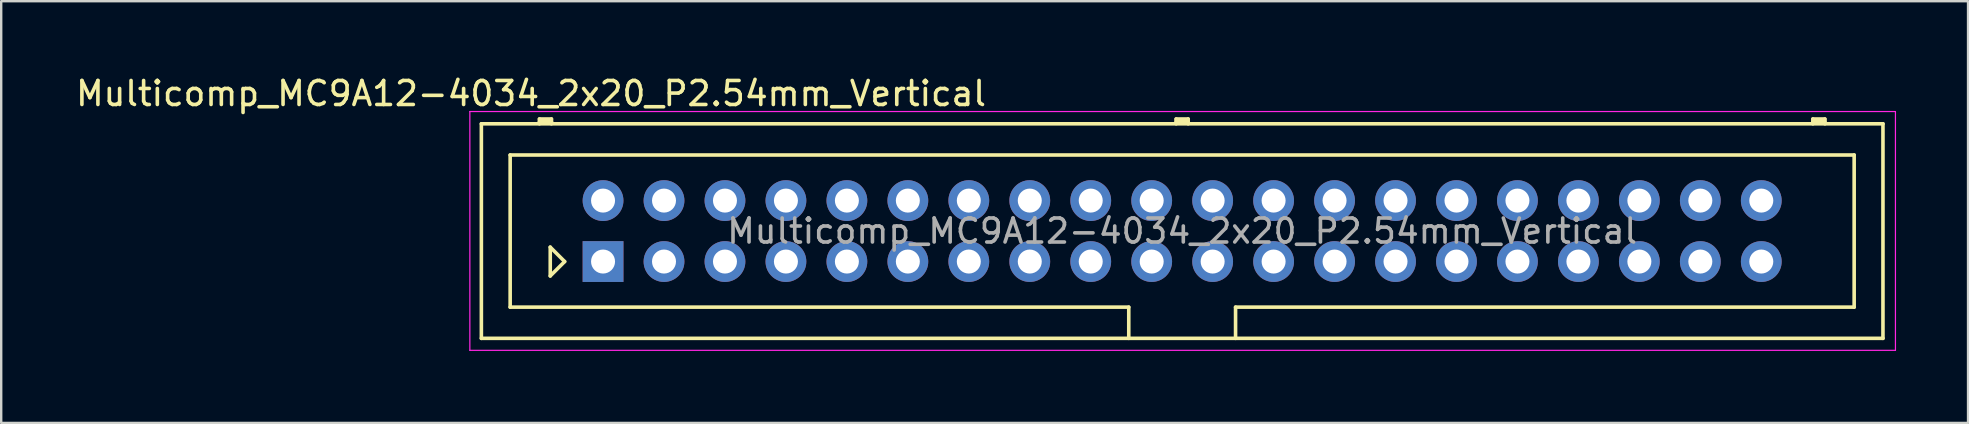
<source format=kicad_pcb>
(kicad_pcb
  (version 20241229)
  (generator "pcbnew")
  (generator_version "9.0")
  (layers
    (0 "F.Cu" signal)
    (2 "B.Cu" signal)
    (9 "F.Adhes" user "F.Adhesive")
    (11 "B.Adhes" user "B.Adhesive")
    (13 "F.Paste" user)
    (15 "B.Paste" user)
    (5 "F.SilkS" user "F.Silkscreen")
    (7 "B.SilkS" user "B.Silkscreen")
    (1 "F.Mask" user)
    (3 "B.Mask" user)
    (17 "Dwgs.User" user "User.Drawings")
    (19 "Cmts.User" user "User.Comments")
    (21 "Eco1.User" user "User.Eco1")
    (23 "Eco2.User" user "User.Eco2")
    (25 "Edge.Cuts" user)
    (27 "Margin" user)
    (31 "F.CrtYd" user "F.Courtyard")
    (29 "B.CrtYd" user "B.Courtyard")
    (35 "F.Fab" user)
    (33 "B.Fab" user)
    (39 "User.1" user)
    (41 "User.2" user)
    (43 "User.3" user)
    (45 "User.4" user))
  (footprint "Multicomp_MC9A12-4034_2x20_P2.54mm_Vertical"
    (layer "F.Cu")
    (at 22.077 7.848)
    (property "Reference" "Multicomp_MC9A12-4034_2x20_P2.54mm_Vertical" (at -3 -7 0) (layer "F.SilkS") (effects (font (size 1 1) (thickness 0.15))))
    (attr through_hole)
    (fp_line (start -5.07 -5.74) (end 53.33 -5.74) (stroke (width 0.15) (type solid)) (layer "F.SilkS"))
    (fp_line (start -5.07 3.2) (end -5.07 -5.74) (stroke (width 0.15) (type solid)) (layer "F.SilkS"))
    (fp_line (start -3.87 -4.44) (end 52.13 -4.44) (stroke (width 0.15) (type solid)) (layer "F.SilkS"))
    (fp_line (start -3.87 1.9) (end -3.87 -4.44) (stroke (width 0.15) (type solid)) (layer "F.SilkS"))
    (fp_line (start -2.65 -5.94) (end -2.15 -5.94) (stroke (width 0.15) (type solid)) (layer "F.SilkS"))
    (fp_line (start -2.65 -5.84) (end -2.15 -5.84) (stroke (width 0.15) (type solid)) (layer "F.SilkS"))
    (fp_line (start -2.65 -5.74) (end -2.65 -5.94) (stroke (width 0.15) (type solid)) (layer "F.SilkS"))
    (fp_line (start -2.2 -0.6) (end -1.6 0) (stroke (width 0.15) (type solid)) (layer "F.SilkS"))
    (fp_line (start -2.2 0.6) (end -2.2 -0.6) (stroke (width 0.15) (type solid)) (layer "F.SilkS"))
    (fp_line (start -2.15 -5.94) (end -2.15 -5.74) (stroke (width 0.15) (type solid)) (layer "F.SilkS"))
    (fp_line (start -1.6 0) (end -2.2 0.6) (stroke (width 0.15) (type solid)) (layer "F.SilkS"))
    (fp_line (start 21.905 1.9) (end -3.87 1.9) (stroke (width 0.15) (type solid)) (layer "F.SilkS"))
    (fp_line (start 21.905 3.2) (end 21.905 1.9) (stroke (width 0.15) (type solid)) (layer "F.SilkS"))
    (fp_line (start 23.88 -5.94) (end 24.38 -5.94) (stroke (width 0.15) (type solid)) (layer "F.SilkS"))
    (fp_line (start 23.88 -5.84) (end 24.38 -5.84) (stroke (width 0.15) (type solid)) (layer "F.SilkS"))
    (fp_line (start 23.88 -5.74) (end 23.88 -5.94) (stroke (width 0.15) (type solid)) (layer "F.SilkS"))
    (fp_line (start 24.38 -5.94) (end 24.38 -5.74) (stroke (width 0.15) (type solid)) (layer "F.SilkS"))
    (fp_line (start 26.355 1.9) (end 26.355 3.2) (stroke (width 0.15) (type solid)) (layer "F.SilkS"))
    (fp_line (start 50.41 -5.94) (end 50.91 -5.94) (stroke (width 0.15) (type solid)) (layer "F.SilkS"))
    (fp_line (start 50.41 -5.84) (end 50.91 -5.84) (stroke (width 0.15) (type solid)) (layer "F.SilkS"))
    (fp_line (start 50.41 -5.74) (end 50.41 -5.94) (stroke (width 0.15) (type solid)) (layer "F.SilkS"))
    (fp_line (start 50.91 -5.94) (end 50.91 -5.74) (stroke (width 0.15) (type solid)) (layer "F.SilkS"))
    (fp_line (start 52.13 -4.44) (end 52.13 1.9) (stroke (width 0.15) (type solid)) (layer "F.SilkS"))
    (fp_line (start 52.13 1.9) (end 26.355 1.9) (stroke (width 0.15) (type solid)) (layer "F.SilkS"))
    (fp_line (start 53.33 -5.74) (end 53.33 3.2) (stroke (width 0.15) (type solid)) (layer "F.SilkS"))
    (fp_line (start 53.33 3.2) (end -5.07 3.2) (stroke (width 0.15) (type solid)) (layer "F.SilkS"))
    (fp_line (start -5.55 -6.25) (end 53.85 -6.25) (stroke (width 0.05) (type solid)) (layer "F.CrtYd"))
    (fp_line (start -5.55 3.7) (end -5.55 -6.25) (stroke (width 0.05) (type solid)) (layer "F.CrtYd"))
    (fp_line (start 53.85 -6.25) (end 53.85 3.7) (stroke (width 0.05) (type solid)) (layer "F.CrtYd"))
    (fp_line (start 53.85 3.7) (end -5.55 3.7) (stroke (width 0.05) (type solid)) (layer "F.CrtYd"))
    (fp_text user "${REFERENCE}" (at 24.13 -1.27 0) (layer "F.Fab") (effects (font (size 1 1) (thickness 0.15))))
    (pad "1" thru_hole rect (at 0 0) (size 1.7 1.7) (drill 1) (layers "*.Cu" "*.Mask"))
    (pad "2" thru_hole circle (at 0 -2.54) (size 1.7 1.7) (drill 1) (layers "*.Cu" "*.Mask"))
    (pad "3" thru_hole circle (at 2.54 0) (size 1.7 1.7) (drill 1) (layers "*.Cu" "*.Mask"))
    (pad "4" thru_hole circle (at 2.54 -2.54) (size 1.7 1.7) (drill 1) (layers "*.Cu" "*.Mask"))
    (pad "5" thru_hole circle (at 5.08 0) (size 1.7 1.7) (drill 1) (layers "*.Cu" "*.Mask"))
    (pad "6" thru_hole circle (at 5.08 -2.54) (size 1.7 1.7) (drill 1) (layers "*.Cu" "*.Mask"))
    (pad "7" thru_hole circle (at 7.62 0) (size 1.7 1.7) (drill 1) (layers "*.Cu" "*.Mask"))
    (pad "8" thru_hole circle (at 7.62 -2.54) (size 1.7 1.7) (drill 1) (layers "*.Cu" "*.Mask"))
    (pad "9" thru_hole circle (at 10.16 0) (size 1.7 1.7) (drill 1) (layers "*.Cu" "*.Mask"))
    (pad "10" thru_hole circle (at 10.16 -2.54) (size 1.7 1.7) (drill 1) (layers "*.Cu" "*.Mask"))
    (pad "11" thru_hole circle (at 12.7 0) (size 1.7 1.7) (drill 1) (layers "*.Cu" "*.Mask"))
    (pad "12" thru_hole circle (at 12.7 -2.54) (size 1.7 1.7) (drill 1) (layers "*.Cu" "*.Mask"))
    (pad "13" thru_hole circle (at 15.24 0) (size 1.7 1.7) (drill 1) (layers "*.Cu" "*.Mask"))
    (pad "14" thru_hole circle (at 15.24 -2.54) (size 1.7 1.7) (drill 1) (layers "*.Cu" "*.Mask"))
    (pad "15" thru_hole circle (at 17.78 0) (size 1.7 1.7) (drill 1) (layers "*.Cu" "*.Mask"))
    (pad "16" thru_hole circle (at 17.78 -2.54) (size 1.7 1.7) (drill 1) (layers "*.Cu" "*.Mask"))
    (pad "17" thru_hole circle (at 20.32 0) (size 1.7 1.7) (drill 1) (layers "*.Cu" "*.Mask"))
    (pad "18" thru_hole circle (at 20.32 -2.54) (size 1.7 1.7) (drill 1) (layers "*.Cu" "*.Mask"))
    (pad "19" thru_hole circle (at 22.86 0) (size 1.7 1.7) (drill 1) (layers "*.Cu" "*.Mask"))
    (pad "20" thru_hole circle (at 22.86 -2.54) (size 1.7 1.7) (drill 1) (layers "*.Cu" "*.Mask"))
    (pad "21" thru_hole circle (at 25.4 0) (size 1.7 1.7) (drill 1) (layers "*.Cu" "*.Mask"))
    (pad "22" thru_hole circle (at 25.4 -2.54) (size 1.7 1.7) (drill 1) (layers "*.Cu" "*.Mask"))
    (pad "23" thru_hole circle (at 27.94 0) (size 1.7 1.7) (drill 1) (layers "*.Cu" "*.Mask"))
    (pad "24" thru_hole circle (at 27.94 -2.54) (size 1.7 1.7) (drill 1) (layers "*.Cu" "*.Mask"))
    (pad "25" thru_hole circle (at 30.48 0) (size 1.7 1.7) (drill 1) (layers "*.Cu" "*.Mask"))
    (pad "26" thru_hole circle (at 30.48 -2.54) (size 1.7 1.7) (drill 1) (layers "*.Cu" "*.Mask"))
    (pad "27" thru_hole circle (at 33.02 0) (size 1.7 1.7) (drill 1) (layers "*.Cu" "*.Mask"))
    (pad "28" thru_hole circle (at 33.02 -2.54) (size 1.7 1.7) (drill 1) (layers "*.Cu" "*.Mask"))
    (pad "29" thru_hole circle (at 35.56 0) (size 1.7 1.7) (drill 1) (layers "*.Cu" "*.Mask"))
    (pad "30" thru_hole circle (at 35.56 -2.54) (size 1.7 1.7) (drill 1) (layers "*.Cu" "*.Mask"))
    (pad "31" thru_hole circle (at 38.1 0) (size 1.7 1.7) (drill 1) (layers "*.Cu" "*.Mask"))
    (pad "32" thru_hole circle (at 38.1 -2.54) (size 1.7 1.7) (drill 1) (layers "*.Cu" "*.Mask"))
    (pad "33" thru_hole circle (at 40.64 0) (size 1.7 1.7) (drill 1) (layers "*.Cu" "*.Mask"))
    (pad "34" thru_hole circle (at 40.64 -2.54) (size 1.7 1.7) (drill 1) (layers "*.Cu" "*.Mask"))
    (pad "35" thru_hole circle (at 43.18 0) (size 1.7 1.7) (drill 1) (layers "*.Cu" "*.Mask"))
    (pad "36" thru_hole circle (at 43.18 -2.54) (size 1.7 1.7) (drill 1) (layers "*.Cu" "*.Mask"))
    (pad "37" thru_hole circle (at 45.72 0) (size 1.7 1.7) (drill 1) (layers "*.Cu" "*.Mask"))
    (pad "38" thru_hole circle (at 45.72 -2.54) (size 1.7 1.7) (drill 1) (layers "*.Cu" "*.Mask"))
    (pad "39" thru_hole circle (at 48.26 0) (size 1.7 1.7) (drill 1) (layers "*.Cu" "*.Mask"))
    (pad "40" thru_hole circle (at 48.26 -2.54) (size 1.7 1.7) (drill 1) (layers "*.Cu" "*.Mask")))
  (gr_rect
    (start -3 -3)
    (end 78.952 14.573)
    (stroke (width 0.1) (type default))
    (fill no)
    (layer "Edge.Cuts")))
</source>
